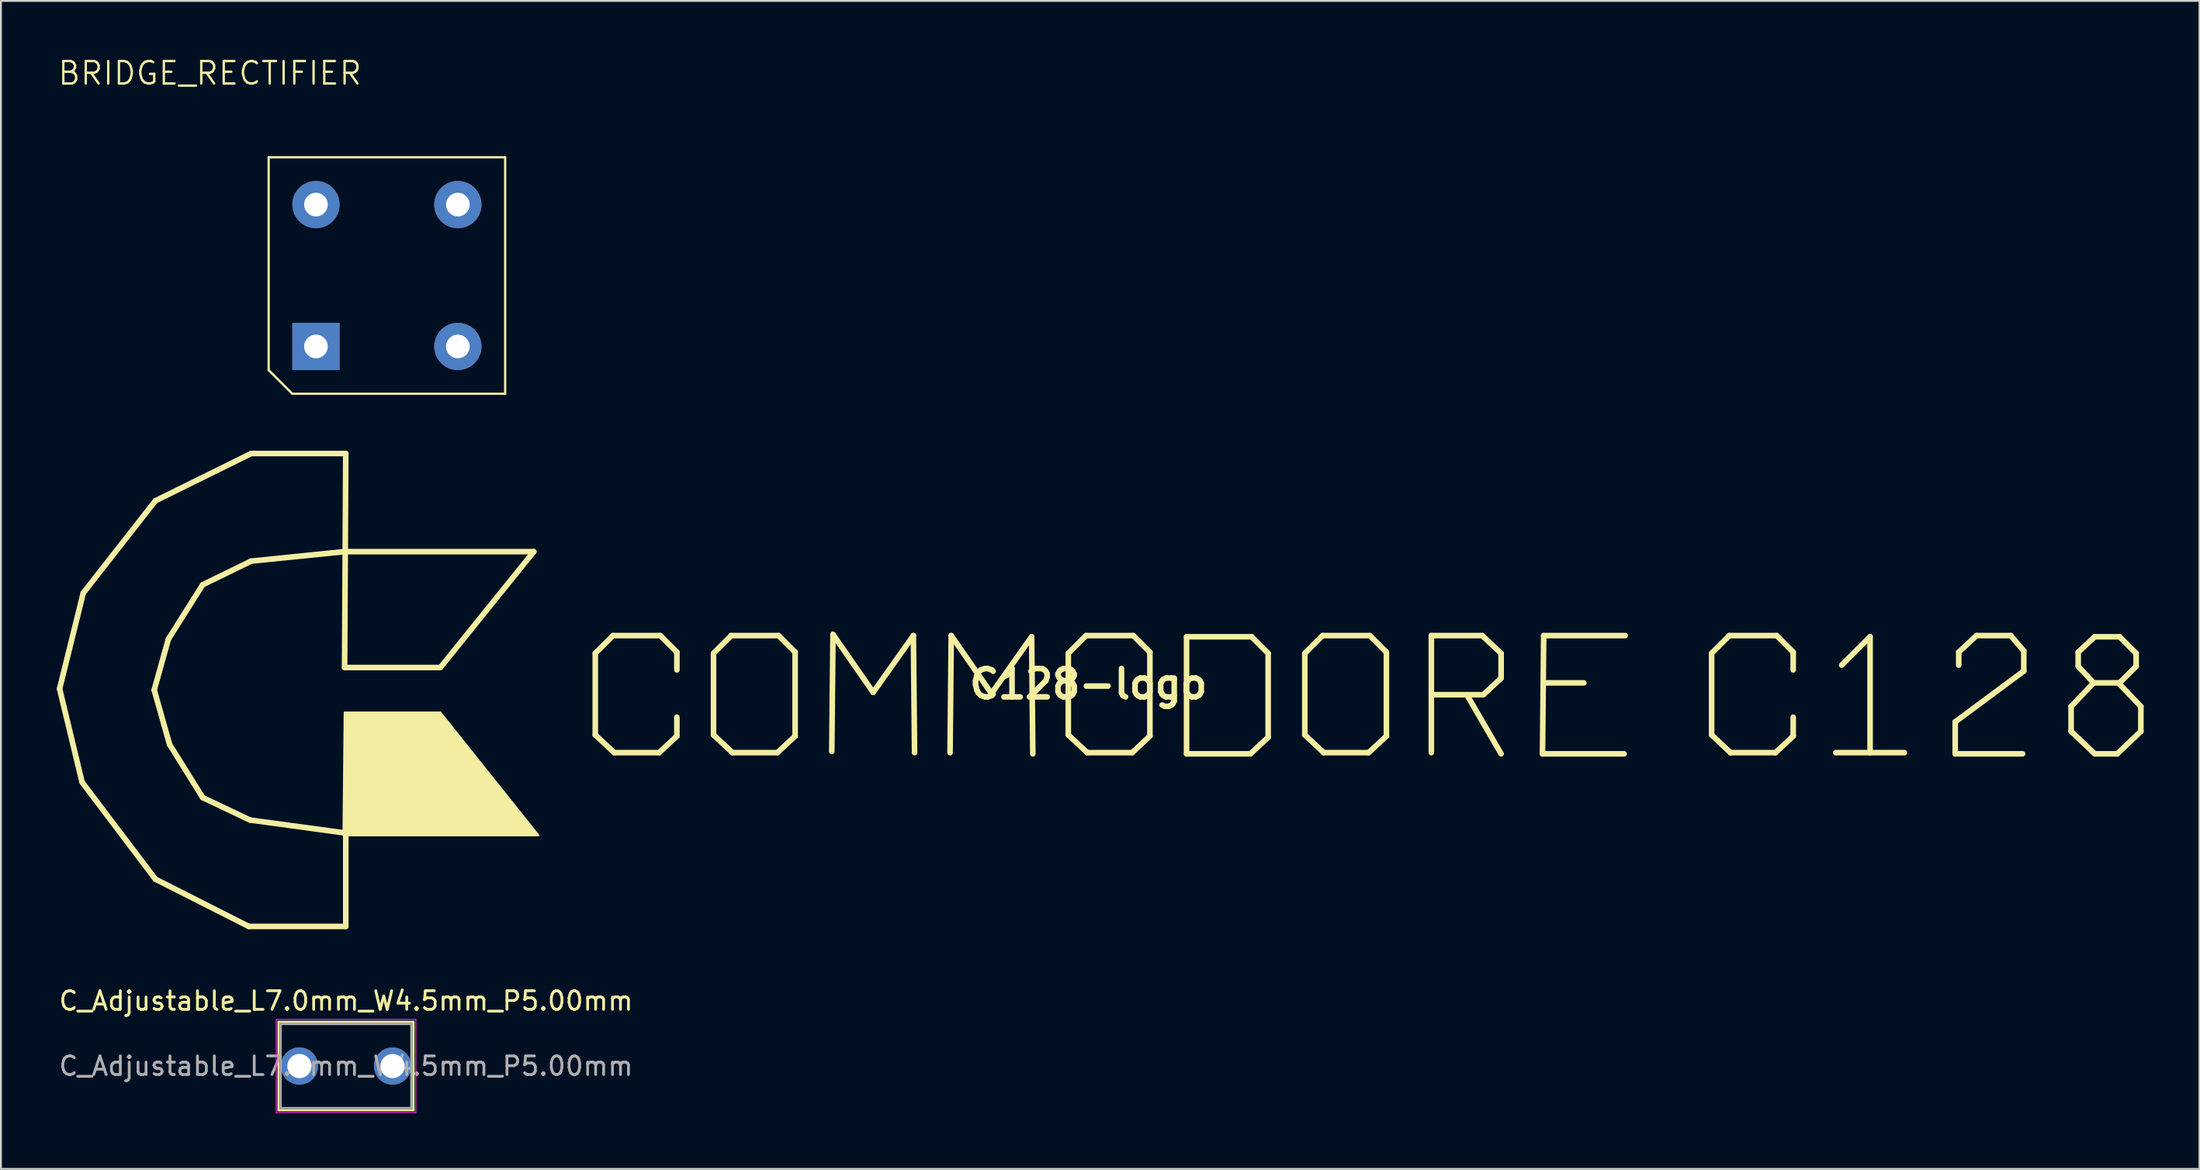
<source format=kicad_pcb>
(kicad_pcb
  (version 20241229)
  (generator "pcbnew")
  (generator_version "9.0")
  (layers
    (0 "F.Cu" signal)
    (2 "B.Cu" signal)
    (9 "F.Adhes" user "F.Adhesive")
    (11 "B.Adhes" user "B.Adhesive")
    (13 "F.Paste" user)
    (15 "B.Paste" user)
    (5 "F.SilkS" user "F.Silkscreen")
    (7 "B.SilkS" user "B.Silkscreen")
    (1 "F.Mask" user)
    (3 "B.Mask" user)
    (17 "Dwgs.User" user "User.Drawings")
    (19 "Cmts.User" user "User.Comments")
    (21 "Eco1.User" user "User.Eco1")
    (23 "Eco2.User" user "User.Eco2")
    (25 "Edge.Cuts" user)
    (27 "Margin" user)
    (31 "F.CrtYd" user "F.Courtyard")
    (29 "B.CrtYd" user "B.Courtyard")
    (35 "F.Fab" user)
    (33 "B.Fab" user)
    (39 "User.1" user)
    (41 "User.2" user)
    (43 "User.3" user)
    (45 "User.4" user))
  (footprint "C_Adjustable_L7.0mm_W4.5mm_P5.00mm"
    (layer "F.Cu")
    (at 13.03 54.206)
    (property "Reference" "C_Adjustable_L7.0mm_W4.5mm_P5.00mm" (at 2.5 -3.5 0) (layer "F.SilkS") (effects (font (size 1 1) (thickness 0.15))))
    (attr through_hole)
    (fp_line (start -1.12 -2.37) (end -1.12 2.37) (stroke (width 0.12) (type solid)) (layer "F.SilkS"))
    (fp_line (start -1.12 -2.37) (end 6.12 -2.37) (stroke (width 0.12) (type solid)) (layer "F.SilkS"))
    (fp_line (start -1.12 2.37) (end 6.12 2.37) (stroke (width 0.12) (type solid)) (layer "F.SilkS"))
    (fp_line (start 6.12 -2.37) (end 6.12 2.37) (stroke (width 0.12) (type solid)) (layer "F.SilkS"))
    (fp_line (start -1.25 -2.5) (end -1.25 2.5) (stroke (width 0.05) (type solid)) (layer "F.CrtYd"))
    (fp_line (start -1.25 2.5) (end 6.25 2.5) (stroke (width 0.05) (type solid)) (layer "F.CrtYd"))
    (fp_line (start 6.25 -2.5) (end -1.25 -2.5) (stroke (width 0.05) (type solid)) (layer "F.CrtYd"))
    (fp_line (start 6.25 2.5) (end 6.25 -2.5) (stroke (width 0.05) (type solid)) (layer "F.CrtYd"))
    (fp_line (start -1 -2.25) (end -1 2.25) (stroke (width 0.1) (type solid)) (layer "F.Fab"))
    (fp_line (start -1 2.25) (end 6 2.25) (stroke (width 0.1) (type solid)) (layer "F.Fab"))
    (fp_line (start 6 -2.25) (end -1 -2.25) (stroke (width 0.1) (type solid)) (layer "F.Fab"))
    (fp_line (start 6 2.25) (end 6 -2.25) (stroke (width 0.1) (type solid)) (layer "F.Fab"))
    (fp_text user "${REFERENCE}" (at 2.5 0 0) (layer "F.Fab") (effects (font (size 1 1) (thickness 0.15))))
    (pad "1" thru_hole circle (at 0 0) (size 2 2) (drill 1.3) (layers "*.Cu" "*.Mask"))
    (pad "2" thru_hole circle (at 5 0) (size 2 2) (drill 1.3) (layers "*.Cu" "*.Mask")))
  (footprint "BRIDGE_RECTIFIER"
    (layer "F.Cu")
    (at 17.726 11.748)
    (property "Reference" "BRIDGE_RECTIFIER" (at -1.27 -10.16 0) (layer "F.SilkS") (effects (font (size 1.206 1.206) (thickness 0.127)) (justify right bottom)))
    (attr through_hole)
    (fp_line (start -6.35 -6.35) (end -6.35 5.08) (stroke (width 0.12) (type solid)) (layer "F.SilkS"))
    (fp_line (start -6.35 5.08) (end -5.08 6.35) (stroke (width 0.12) (type solid)) (layer "F.SilkS"))
    (fp_line (start -5.08 6.35) (end 6.35 6.35) (stroke (width 0.12) (type solid)) (layer "F.SilkS"))
    (fp_line (start 6.35 -6.35) (end -6.35 -6.35) (stroke (width 0.12) (type solid)) (layer "F.SilkS"))
    (fp_line (start 6.35 6.35) (end 6.35 -6.35) (stroke (width 0.12) (type solid)) (layer "F.SilkS"))
    (pad "1" thru_hole rect (at -3.81 3.81 90) (size 2.54 2.54) (drill 1.27) (layers "*.Cu" "*.Mask"))
    (pad "2" thru_hole circle (at 3.81 3.81 90) (size 2.54 2.54) (drill 1.27) (layers "*.Cu" "*.Mask"))
    (pad "3" thru_hole circle (at 3.81 -3.81 90) (size 2.54 2.54) (drill 1.27) (layers "*.Cu" "*.Mask"))
    (pad "4" thru_hole circle (at -3.81 -3.81 90) (size 2.54 2.54) (drill 1.27) (layers "*.Cu" "*.Mask")))
  (footprint "C128-logo"
    (layer "F.Cu")
    (at 55.395 33.69)
    (property "Reference" "C128-logo" (at 0 0 0) (layer "F.SilkS") (effects (font (size 1.524 1.524) (thickness 0.3))))
    (attr through_hole)
    (fp_line (start -55.245 0.254) (end -53.975 -4.889) (stroke (width 0.3) (type solid)) (layer "F.SilkS"))
    (fp_line (start -54.038 5.271) (end -55.245 0.254) (stroke (width 0.3) (type solid)) (layer "F.SilkS"))
    (fp_line (start -53.975 -4.889) (end -50.102 -9.842) (stroke (width 0.3) (type solid)) (layer "F.SilkS"))
    (fp_line (start -50.165 0.318) (end -49.34 3.239) (stroke (width 0.3) (type solid)) (layer "F.SilkS"))
    (fp_line (start -50.102 -9.842) (end -44.958 -12.383) (stroke (width 0.3) (type solid)) (layer "F.SilkS"))
    (fp_line (start -50.102 10.477) (end -54.038 5.271) (stroke (width 0.3) (type solid)) (layer "F.SilkS"))
    (fp_line (start -49.403 -2.413) (end -50.165 0.318) (stroke (width 0.3) (type solid)) (layer "F.SilkS"))
    (fp_line (start -49.34 3.239) (end -47.562 6.096) (stroke (width 0.3) (type solid)) (layer "F.SilkS"))
    (fp_line (start -47.562 -5.334) (end -49.403 -2.413) (stroke (width 0.3) (type solid)) (layer "F.SilkS"))
    (fp_line (start -47.562 6.096) (end -45.022 7.303) (stroke (width 0.3) (type solid)) (layer "F.SilkS"))
    (fp_line (start -45.085 13.018) (end -50.102 10.477) (stroke (width 0.3) (type solid)) (layer "F.SilkS"))
    (fp_line (start -45.022 7.303) (end -39.878 8.001) (stroke (width 0.3) (type solid)) (layer "F.SilkS"))
    (fp_line (start -44.958 -12.383) (end -39.878 -12.383) (stroke (width 0.3) (type solid)) (layer "F.SilkS"))
    (fp_line (start -44.958 -6.604) (end -47.562 -5.334) (stroke (width 0.3) (type solid)) (layer "F.SilkS"))
    (fp_line (start -39.941 -7.112) (end -44.958 -6.604) (stroke (width 0.3) (type solid)) (layer "F.SilkS"))
    (fp_line (start -39.941 -0.889) (end -34.798 -0.889) (stroke (width 0.3) (type solid)) (layer "F.SilkS"))
    (fp_line (start -39.878 -12.383) (end -39.941 -0.889) (stroke (width 0.3) (type solid)) (layer "F.SilkS"))
    (fp_line (start -39.878 8.001) (end -39.878 13.018) (stroke (width 0.3) (type solid)) (layer "F.SilkS"))
    (fp_line (start -39.878 13.018) (end -45.085 13.018) (stroke (width 0.3) (type solid)) (layer "F.SilkS"))
    (fp_line (start -34.798 -0.889) (end -29.782 -7.112) (stroke (width 0.3) (type solid)) (layer "F.SilkS"))
    (fp_line (start -29.782 -7.112) (end -39.941 -7.112) (stroke (width 0.3) (type solid)) (layer "F.SilkS"))
    (fp_line (start -26.48 -1.651) (end -26.48 2.731) (stroke (width 0.3) (type solid)) (layer "F.SilkS"))
    (fp_line (start -26.48 2.731) (end -25.463 3.683) (stroke (width 0.3) (type solid)) (layer "F.SilkS"))
    (fp_line (start -25.527 -2.603) (end -26.48 -1.651) (stroke (width 0.3) (type solid)) (layer "F.SilkS"))
    (fp_line (start -25.463 3.683) (end -23.05 3.683) (stroke (width 0.3) (type solid)) (layer "F.SilkS"))
    (fp_line (start -23.05 3.683) (end -22.098 2.794) (stroke (width 0.3) (type solid)) (layer "F.SilkS"))
    (fp_line (start -22.987 -2.603) (end -25.527 -2.603) (stroke (width 0.3) (type solid)) (layer "F.SilkS"))
    (fp_line (start -22.098 -1.714) (end -22.987 -2.603) (stroke (width 0.3) (type solid)) (layer "F.SilkS"))
    (fp_line (start -22.098 -0.762) (end -22.098 -1.714) (stroke (width 0.3) (type solid)) (layer "F.SilkS"))
    (fp_line (start -22.098 2.794) (end -22.098 1.778) (stroke (width 0.3) (type solid)) (layer "F.SilkS"))
    (fp_line (start -20.13 -1.651) (end -20.13 2.731) (stroke (width 0.3) (type solid)) (layer "F.SilkS"))
    (fp_line (start -20.13 2.731) (end -19.113 3.683) (stroke (width 0.3) (type solid)) (layer "F.SilkS"))
    (fp_line (start -19.177 -2.603) (end -20.13 -1.651) (stroke (width 0.3) (type solid)) (layer "F.SilkS"))
    (fp_line (start -19.113 3.683) (end -16.701 3.683) (stroke (width 0.3) (type solid)) (layer "F.SilkS"))
    (fp_line (start -16.701 3.683) (end -15.748 2.794) (stroke (width 0.3) (type solid)) (layer "F.SilkS"))
    (fp_line (start -16.637 -2.603) (end -19.177 -2.603) (stroke (width 0.3) (type solid)) (layer "F.SilkS"))
    (fp_line (start -15.748 -1.714) (end -16.637 -2.603) (stroke (width 0.3) (type solid)) (layer "F.SilkS"))
    (fp_line (start -15.748 2.794) (end -15.748 -1.714) (stroke (width 0.3) (type solid)) (layer "F.SilkS"))
    (fp_line (start -13.78 3.619) (end -13.716 -2.667) (stroke (width 0.3) (type solid)) (layer "F.SilkS"))
    (fp_line (start -13.716 -2.667) (end -11.557 0.445) (stroke (width 0.3) (type solid)) (layer "F.SilkS"))
    (fp_line (start -11.557 0.445) (end -9.398 -2.603) (stroke (width 0.3) (type solid)) (layer "F.SilkS"))
    (fp_line (start -9.398 -2.603) (end -9.335 3.683) (stroke (width 0.3) (type solid)) (layer "F.SilkS"))
    (fp_line (start -7.429 3.683) (end -7.366 -2.603) (stroke (width 0.3) (type solid)) (layer "F.SilkS"))
    (fp_line (start -7.366 -2.603) (end -5.207 0.508) (stroke (width 0.3) (type solid)) (layer "F.SilkS"))
    (fp_line (start -5.207 0.508) (end -3.048 -2.54) (stroke (width 0.3) (type solid)) (layer "F.SilkS"))
    (fp_line (start -3.048 -2.54) (end -2.985 3.747) (stroke (width 0.3) (type solid)) (layer "F.SilkS"))
    (fp_line (start -1.079 -1.651) (end -1.079 2.731) (stroke (width 0.3) (type solid)) (layer "F.SilkS"))
    (fp_line (start -1.079 2.731) (end -0.064 3.683) (stroke (width 0.3) (type solid)) (layer "F.SilkS"))
    (fp_line (start -0.127 -2.603) (end -1.079 -1.651) (stroke (width 0.3) (type solid)) (layer "F.SilkS"))
    (fp_line (start -0.064 3.683) (end 2.349 3.683) (stroke (width 0.3) (type solid)) (layer "F.SilkS"))
    (fp_line (start 2.349 3.683) (end 3.302 2.794) (stroke (width 0.3) (type solid)) (layer "F.SilkS"))
    (fp_line (start 2.413 -2.603) (end -0.127 -2.603) (stroke (width 0.3) (type solid)) (layer "F.SilkS"))
    (fp_line (start 3.302 -1.714) (end 2.413 -2.603) (stroke (width 0.3) (type solid)) (layer "F.SilkS"))
    (fp_line (start 3.302 2.794) (end 3.302 -1.714) (stroke (width 0.3) (type solid)) (layer "F.SilkS"))
    (fp_line (start 5.271 -2.54) (end 5.271 3.747) (stroke (width 0.3) (type solid)) (layer "F.SilkS"))
    (fp_line (start 5.271 3.747) (end 8.7 3.747) (stroke (width 0.3) (type solid)) (layer "F.SilkS"))
    (fp_line (start 8.7 3.747) (end 9.652 2.857) (stroke (width 0.3) (type solid)) (layer "F.SilkS"))
    (fp_line (start 8.763 -2.54) (end 5.271 -2.54) (stroke (width 0.3) (type solid)) (layer "F.SilkS"))
    (fp_line (start 9.652 -1.651) (end 8.763 -2.54) (stroke (width 0.3) (type solid)) (layer "F.SilkS"))
    (fp_line (start 9.652 2.857) (end 9.652 -1.651) (stroke (width 0.3) (type solid)) (layer "F.SilkS"))
    (fp_line (start 11.62 -1.651) (end 11.62 2.731) (stroke (width 0.3) (type solid)) (layer "F.SilkS"))
    (fp_line (start 11.62 2.731) (end 12.636 3.683) (stroke (width 0.3) (type solid)) (layer "F.SilkS"))
    (fp_line (start 12.573 -2.603) (end 11.62 -1.651) (stroke (width 0.3) (type solid)) (layer "F.SilkS"))
    (fp_line (start 12.636 3.683) (end 15.05 3.683) (stroke (width 0.3) (type solid)) (layer "F.SilkS"))
    (fp_line (start 15.05 3.683) (end 16.002 2.794) (stroke (width 0.3) (type solid)) (layer "F.SilkS"))
    (fp_line (start 15.113 -2.603) (end 12.573 -2.603) (stroke (width 0.3) (type solid)) (layer "F.SilkS"))
    (fp_line (start 16.002 -1.714) (end 15.113 -2.603) (stroke (width 0.3) (type solid)) (layer "F.SilkS"))
    (fp_line (start 16.002 2.794) (end 16.002 -1.714) (stroke (width 0.3) (type solid)) (layer "F.SilkS"))
    (fp_line (start 18.415 -2.603) (end 21.145 -2.603) (stroke (width 0.3) (type solid)) (layer "F.SilkS"))
    (fp_line (start 18.415 3.683) (end 18.415 -2.603) (stroke (width 0.3) (type solid)) (layer "F.SilkS"))
    (fp_line (start 20.32 0.572) (end 22.162 3.747) (stroke (width 0.3) (type solid)) (layer "F.SilkS"))
    (fp_line (start 21.145 -2.603) (end 22.162 -1.651) (stroke (width 0.3) (type solid)) (layer "F.SilkS"))
    (fp_line (start 21.209 0.572) (end 18.415 0.572) (stroke (width 0.3) (type solid)) (layer "F.SilkS"))
    (fp_line (start 22.162 -1.651) (end 22.162 -0.318) (stroke (width 0.3) (type solid)) (layer "F.SilkS"))
    (fp_line (start 22.162 -0.318) (end 21.209 0.572) (stroke (width 0.3) (type solid)) (layer "F.SilkS"))
    (fp_line (start 24.384 3.747) (end 28.765 3.747) (stroke (width 0.3) (type solid)) (layer "F.SilkS"))
    (fp_line (start 24.448 -2.603) (end 24.384 3.747) (stroke (width 0.3) (type solid)) (layer "F.SilkS"))
    (fp_line (start 24.448 -0.064) (end 26.607 -0.064) (stroke (width 0.3) (type solid)) (layer "F.SilkS"))
    (fp_line (start 28.829 -2.603) (end 24.448 -2.603) (stroke (width 0.3) (type solid)) (layer "F.SilkS"))
    (fp_line (start 33.465 -1.651) (end 33.465 2.731) (stroke (width 0.3) (type solid)) (layer "F.SilkS"))
    (fp_line (start 33.465 2.731) (end 34.48 3.683) (stroke (width 0.3) (type solid)) (layer "F.SilkS"))
    (fp_line (start 34.417 -2.603) (end 33.465 -1.651) (stroke (width 0.3) (type solid)) (layer "F.SilkS"))
    (fp_line (start 34.48 3.683) (end 36.894 3.683) (stroke (width 0.3) (type solid)) (layer "F.SilkS"))
    (fp_line (start 36.894 3.683) (end 37.846 2.794) (stroke (width 0.3) (type solid)) (layer "F.SilkS"))
    (fp_line (start 36.957 -2.603) (end 34.417 -2.603) (stroke (width 0.3) (type solid)) (layer "F.SilkS"))
    (fp_line (start 37.846 -1.714) (end 36.957 -2.603) (stroke (width 0.3) (type solid)) (layer "F.SilkS"))
    (fp_line (start 37.846 -0.762) (end 37.846 -1.714) (stroke (width 0.3) (type solid)) (layer "F.SilkS"))
    (fp_line (start 37.846 2.794) (end 37.846 1.778) (stroke (width 0.3) (type solid)) (layer "F.SilkS"))
    (fp_line (start 40.132 3.683) (end 43.815 3.683) (stroke (width 0.3) (type solid)) (layer "F.SilkS"))
    (fp_line (start 40.45 -1.016) (end 41.974 -2.54) (stroke (width 0.3) (type solid)) (layer "F.SilkS"))
    (fp_line (start 41.974 -2.54) (end 41.974 3.683) (stroke (width 0.3) (type solid)) (layer "F.SilkS"))
    (fp_line (start 41.974 3.683) (end 40.132 3.683) (stroke (width 0.12) (type solid)) (layer "F.SilkS"))
    (fp_line (start 46.545 2.032) (end 46.545 3.747) (stroke (width 0.3) (type solid)) (layer "F.SilkS"))
    (fp_line (start 46.545 3.747) (end 50.165 3.747) (stroke (width 0.3) (type solid)) (layer "F.SilkS"))
    (fp_line (start 46.736 -1.714) (end 47.688 -2.603) (stroke (width 0.3) (type solid)) (layer "F.SilkS"))
    (fp_line (start 46.736 -1.016) (end 46.736 -1.714) (stroke (width 0.3) (type solid)) (layer "F.SilkS"))
    (fp_line (start 47.688 -2.603) (end 49.53 -2.603) (stroke (width 0.3) (type solid)) (layer "F.SilkS"))
    (fp_line (start 49.53 -2.603) (end 50.228 -1.778) (stroke (width 0.3) (type solid)) (layer "F.SilkS"))
    (fp_line (start 50.228 -1.778) (end 50.228 -0.699) (stroke (width 0.3) (type solid)) (layer "F.SilkS"))
    (fp_line (start 50.228 -0.699) (end 46.545 2.032) (stroke (width 0.3) (type solid)) (layer "F.SilkS"))
    (fp_line (start 52.769 1.206) (end 52.769 2.54) (stroke (width 0.3) (type solid)) (layer "F.SilkS"))
    (fp_line (start 52.769 2.54) (end 54.038 3.747) (stroke (width 0.3) (type solid)) (layer "F.SilkS"))
    (fp_line (start 53.15 -1.714) (end 54.038 -2.54) (stroke (width 0.3) (type solid)) (layer "F.SilkS"))
    (fp_line (start 53.15 -0.953) (end 53.15 -1.714) (stroke (width 0.3) (type solid)) (layer "F.SilkS"))
    (fp_line (start 53.975 -0.064) (end 52.769 1.206) (stroke (width 0.3) (type solid)) (layer "F.SilkS"))
    (fp_line (start 53.975 -0.064) (end 53.15 -0.953) (stroke (width 0.3) (type solid)) (layer "F.SilkS"))
    (fp_line (start 54.038 -2.54) (end 55.372 -2.54) (stroke (width 0.3) (type solid)) (layer "F.SilkS"))
    (fp_line (start 54.038 3.747) (end 55.245 3.747) (stroke (width 0.3) (type solid)) (layer "F.SilkS"))
    (fp_line (start 55.245 3.747) (end 56.515 2.54) (stroke (width 0.3) (type solid)) (layer "F.SilkS"))
    (fp_line (start 55.372 -2.54) (end 56.261 -1.651) (stroke (width 0.3) (type solid)) (layer "F.SilkS"))
    (fp_line (start 55.372 -0.064) (end 53.975 -0.064) (stroke (width 0.3) (type solid)) (layer "F.SilkS"))
    (fp_line (start 56.261 -1.651) (end 56.261 -0.953) (stroke (width 0.3) (type solid)) (layer "F.SilkS"))
    (fp_line (start 56.261 -0.953) (end 55.372 -0.064) (stroke (width 0.3) (type solid)) (layer "F.SilkS"))
    (fp_line (start 56.515 1.206) (end 55.309 -0.064) (stroke (width 0.3) (type solid)) (layer "F.SilkS"))
    (fp_line (start 56.515 2.54) (end 56.515 1.206) (stroke (width 0.3) (type solid)) (layer "F.SilkS"))
    (fp_poly (pts (xy -29.527 8.128) (xy -40.005 8.128) (xy -39.941 1.524) (xy -34.798 1.524)) (stroke (width 0.1) (type solid)) (fill yes) (layer "F.SilkS")))
  (gr_rect
    (start -3 -3)
    (end 115.06 59.731)
    (stroke (width 0.1) (type default))
    (fill no)
    (layer "Edge.Cuts")))
</source>
